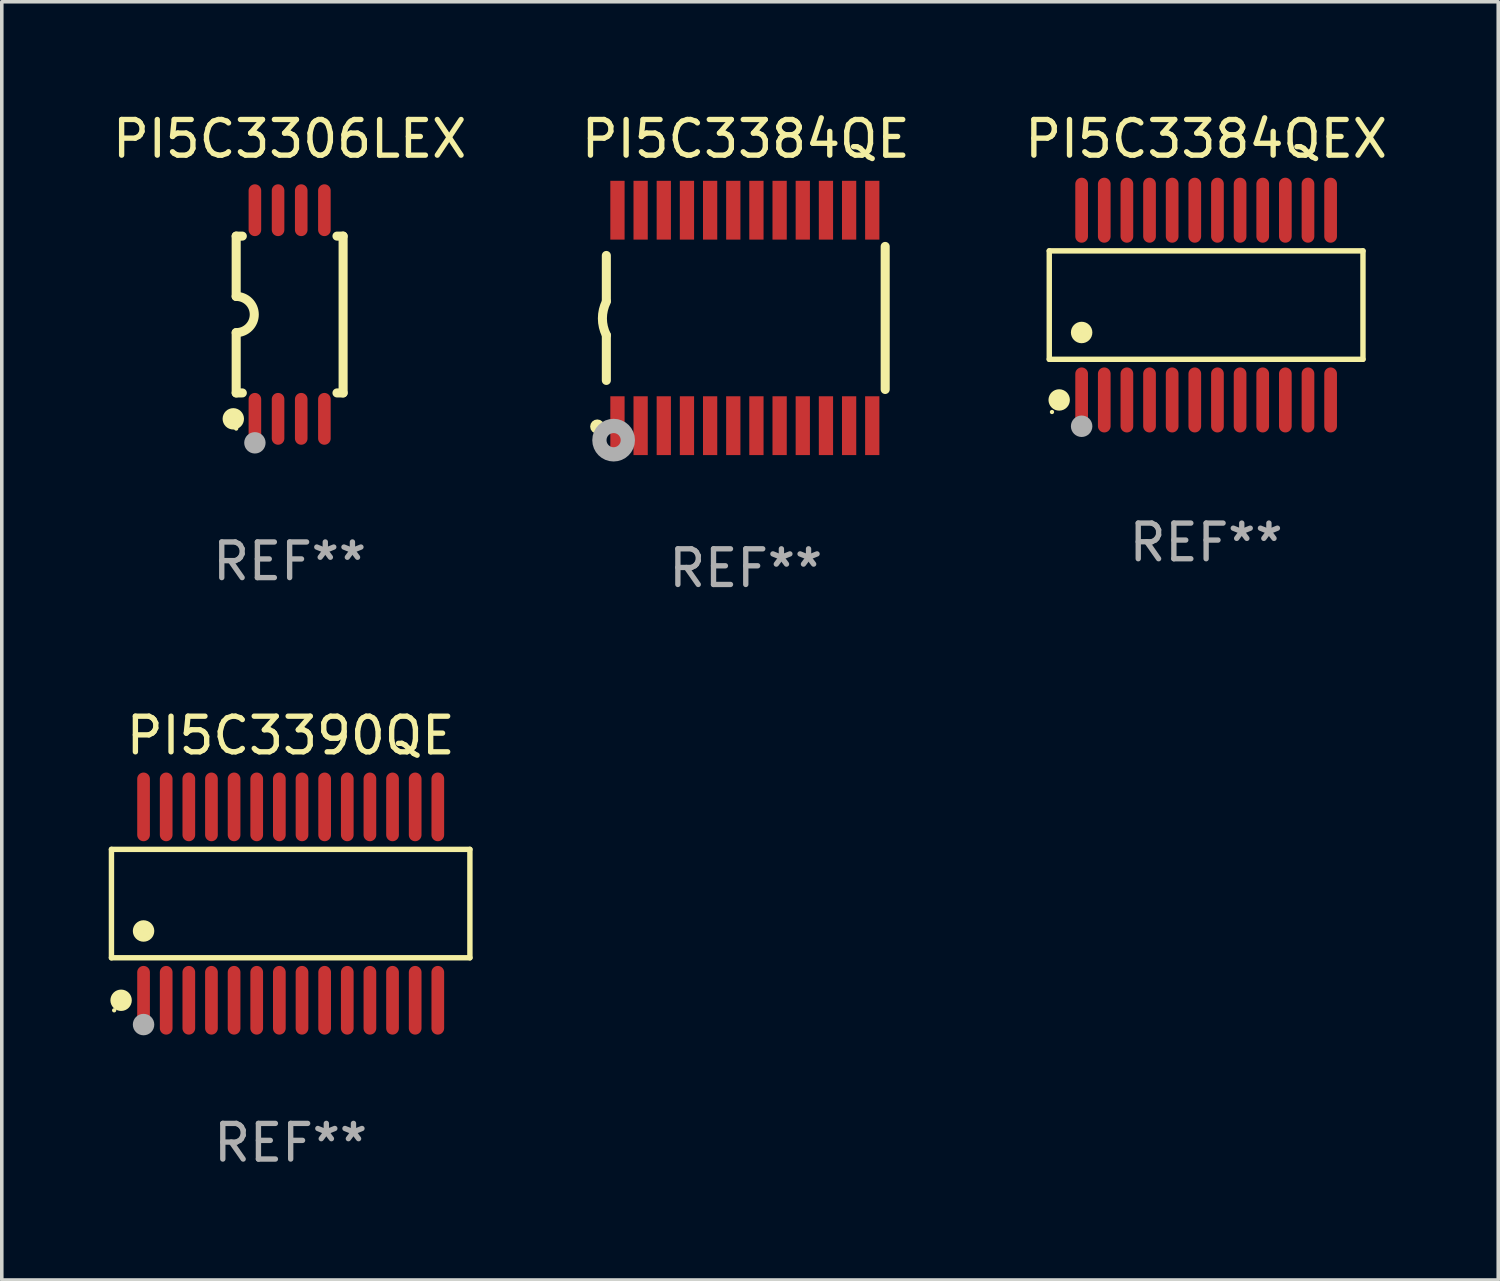
<source format=kicad_pcb>
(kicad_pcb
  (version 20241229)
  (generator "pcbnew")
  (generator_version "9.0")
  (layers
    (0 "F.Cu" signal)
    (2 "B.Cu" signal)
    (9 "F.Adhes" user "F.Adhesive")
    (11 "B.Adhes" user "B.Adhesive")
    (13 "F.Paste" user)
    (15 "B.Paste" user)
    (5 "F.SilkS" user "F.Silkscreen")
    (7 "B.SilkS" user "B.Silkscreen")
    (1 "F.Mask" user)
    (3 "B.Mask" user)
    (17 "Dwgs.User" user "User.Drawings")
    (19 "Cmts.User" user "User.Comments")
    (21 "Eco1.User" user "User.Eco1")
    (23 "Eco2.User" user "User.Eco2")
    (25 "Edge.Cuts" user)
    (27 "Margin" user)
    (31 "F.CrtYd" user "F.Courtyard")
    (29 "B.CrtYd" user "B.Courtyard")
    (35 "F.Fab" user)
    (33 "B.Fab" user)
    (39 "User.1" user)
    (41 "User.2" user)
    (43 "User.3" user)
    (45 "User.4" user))
  (footprint "PI5C3384QE"
    (layer "F.Cu")
    (at 17.875 5.871)
    (property "Reference" "PI5C3384QE" (at 0 -5.023 0) (layer "F.SilkS") (effects (font (size 1 1) (thickness 0.15))))
    (attr through_hole)
    (fp_line (start -3.912 -0.483) (end -3.912 -1.753) (stroke (width 0.254) (type solid)) (layer "F.SilkS"))
    (fp_line (start -3.912 1.753) (end -3.912 0.483) (stroke (width 0.254) (type solid)) (layer "F.SilkS"))
    (fp_line (start 3.912 -2.007) (end 3.912 2.007) (stroke (width 0.254) (type solid)) (layer "F.SilkS"))
    (fp_arc (start -3.911608 0.482601) (mid -4.022537 0.0127) (end -3.911608 -0.457201) (stroke (width 0.254001) (type solid)) (layer "F.SilkS"))
    (fp_circle (center -4.166 3.048) (end -4.066 3.048) (stroke (width 0.2) (type solid)) (fill no) (layer "F.SilkS"))
    (fp_circle (center -3.925 3.186) (end -3.895 3.186) (stroke (width 0.06) (type solid)) (fill no) (layer "F.SilkS"))
    (fp_circle (center -3.708 3.429) (end -3.509 3.429) (stroke (width 0.4) (type solid)) (fill no) (layer "F.Fab"))
    (fp_text user "REF**" (at 0 7.023 0) (layer "F.Fab") (effects (font (size 1 1) (thickness 0.15))))
    (pad "1" smd rect (at -3.6 3.023) (size 0.4 1.65) (layers "F.Cu" "F.Mask" "F.Paste"))
    (pad "2" smd rect (at -2.95 3.023) (size 0.4 1.65) (layers "F.Cu" "F.Mask" "F.Paste"))
    (pad "3" smd rect (at -2.3 3.023) (size 0.4 1.65) (layers "F.Cu" "F.Mask" "F.Paste"))
    (pad "4" smd rect (at -1.65 3.023) (size 0.4 1.65) (layers "F.Cu" "F.Mask" "F.Paste"))
    (pad "5" smd rect (at -1 3.023) (size 0.4 1.65) (layers "F.Cu" "F.Mask" "F.Paste"))
    (pad "6" smd rect (at -0.35 3.023) (size 0.4 1.65) (layers "F.Cu" "F.Mask" "F.Paste"))
    (pad "7" smd rect (at 0.299 3.023) (size 0.4 1.65) (layers "F.Cu" "F.Mask" "F.Paste"))
    (pad "8" smd rect (at 0.95 3.023) (size 0.4 1.65) (layers "F.Cu" "F.Mask" "F.Paste"))
    (pad "9" smd rect (at 1.6 3.023) (size 0.4 1.65) (layers "F.Cu" "F.Mask" "F.Paste"))
    (pad "10" smd rect (at 2.25 3.023) (size 0.4 1.65) (layers "F.Cu" "F.Mask" "F.Paste"))
    (pad "11" smd rect (at 2.9 3.023) (size 0.4 1.65) (layers "F.Cu" "F.Mask" "F.Paste"))
    (pad "12" smd rect (at 3.549 3.023) (size 0.4 1.65) (layers "F.Cu" "F.Mask" "F.Paste"))
    (pad "13" smd rect (at 3.549 -3.023) (size 0.4 1.65) (layers "F.Cu" "F.Mask" "F.Paste"))
    (pad "14" smd rect (at 2.9 -3.023) (size 0.4 1.65) (layers "F.Cu" "F.Mask" "F.Paste"))
    (pad "15" smd rect (at 2.25 -3.023) (size 0.4 1.65) (layers "F.Cu" "F.Mask" "F.Paste"))
    (pad "16" smd rect (at 1.6 -3.023) (size 0.4 1.65) (layers "F.Cu" "F.Mask" "F.Paste"))
    (pad "17" smd rect (at 0.95 -3.023) (size 0.4 1.65) (layers "F.Cu" "F.Mask" "F.Paste"))
    (pad "18" smd rect (at 0.299 -3.023) (size 0.4 1.65) (layers "F.Cu" "F.Mask" "F.Paste"))
    (pad "19" smd rect (at -0.35 -3.023) (size 0.4 1.65) (layers "F.Cu" "F.Mask" "F.Paste"))
    (pad "20" smd rect (at -1 -3.023) (size 0.4 1.65) (layers "F.Cu" "F.Mask" "F.Paste"))
    (pad "21" smd rect (at -1.65 -3.023) (size 0.4 1.65) (layers "F.Cu" "F.Mask" "F.Paste"))
    (pad "22" smd rect (at -2.3 -3.023) (size 0.4 1.65) (layers "F.Cu" "F.Mask" "F.Paste"))
    (pad "23" smd rect (at -2.95 -3.023) (size 0.4 1.65) (layers "F.Cu" "F.Mask" "F.Paste"))
    (pad "24" smd rect (at -3.6 -3.023) (size 0.4 1.65) (layers "F.Cu" "F.Mask" "F.Paste")))
  (footprint "PI5C3306LEX"
    (layer "F.Cu")
    (at 5.077 5.775)
    (property "Reference" "PI5C3306LEX" (at 0 -4.927 0) (layer "F.SilkS") (effects (font (size 1 1) (thickness 0.15))))
    (attr through_hole)
    (fp_line (start -1.5 -2.2) (end -1.5 -0.508) (stroke (width 0.254) (type solid)) (layer "F.SilkS"))
    (fp_line (start -1.5 -2.2) (end -1.328 -2.2) (stroke (width 0.254) (type solid)) (layer "F.SilkS"))
    (fp_line (start -1.5 2.2) (end -1.5 0.508) (stroke (width 0.254) (type solid)) (layer "F.SilkS"))
    (fp_line (start -1.5 2.2) (end -1.328 2.2) (stroke (width 0.254) (type solid)) (layer "F.SilkS"))
    (fp_line (start 1.328 -2.2) (end 1.5 -2.2) (stroke (width 0.254) (type solid)) (layer "F.SilkS"))
    (fp_line (start 1.328 2.2) (end 1.5 2.2) (stroke (width 0.254) (type solid)) (layer "F.SilkS"))
    (fp_line (start 1.5 -2.2) (end 1.5 2.2) (stroke (width 0.254) (type solid)) (layer "F.SilkS"))
    (fp_arc (start -1.501144 -0.508) (mid -0.993143 -0.000571) (end -1.5 0.508001) (stroke (width 0.254001) (type solid)) (layer "F.SilkS"))
    (fp_circle (center -1.581 2.927) (end -1.431 2.927) (stroke (width 0.3) (type solid)) (fill no) (layer "F.SilkS"))
    (fp_circle (center -1.5 3.2) (end -1.47 3.2) (stroke (width 0.06) (type solid)) (fill no) (layer "F.SilkS"))
    (fp_circle (center -0.975 3.6) (end -0.825 3.6) (stroke (width 0.3) (type solid)) (fill no) (layer "F.Fab"))
    (fp_text user "REF**" (at 0 6.927 0) (layer "F.Fab") (effects (font (size 1 1) (thickness 0.15))))
    (pad "1" smd oval (at -0.975 2.927) (size 0.353 1.454) (layers "F.Cu" "F.Mask" "F.Paste"))
    (pad "2" smd oval (at -0.325 2.927) (size 0.353 1.454) (layers "F.Cu" "F.Mask" "F.Paste"))
    (pad "3" smd oval (at 0.325 2.927) (size 0.353 1.454) (layers "F.Cu" "F.Mask" "F.Paste"))
    (pad "4" smd oval (at 0.975 2.927) (size 0.353 1.454) (layers "F.Cu" "F.Mask" "F.Paste"))
    (pad "5" smd oval (at 0.975 -2.927) (size 0.353 1.454) (layers "F.Cu" "F.Mask" "F.Paste"))
    (pad "6" smd oval (at 0.325 -2.927) (size 0.353 1.454) (layers "F.Cu" "F.Mask" "F.Paste"))
    (pad "7" smd oval (at -0.325 -2.927) (size 0.353 1.454) (layers "F.Cu" "F.Mask" "F.Paste"))
    (pad "8" smd oval (at -0.975 -2.927) (size 0.353 1.454) (layers "F.Cu" "F.Mask" "F.Paste")))
  (footprint "PI5C3384QEX"
    (layer "F.Cu")
    (at 30.792 5.51)
    (property "Reference" "PI5C3384QEX" (at 0 -4.662 0) (layer "F.SilkS") (effects (font (size 1 1) (thickness 0.15))))
    (attr through_hole)
    (fp_line (start -4.401 -1.521) (end 4.401 -1.521) (stroke (width 0.152) (type solid)) (layer "F.SilkS"))
    (fp_line (start -4.401 1.521) (end -4.401 -1.521) (stroke (width 0.152) (type solid)) (layer "F.SilkS"))
    (fp_line (start 4.401 -1.521) (end 4.401 1.521) (stroke (width 0.152) (type solid)) (layer "F.SilkS"))
    (fp_line (start 4.401 1.521) (end -4.401 1.521) (stroke (width 0.152) (type solid)) (layer "F.SilkS"))
    (fp_circle (center -4.325 3) (end -4.295 3) (stroke (width 0.06) (type solid)) (fill no) (layer "F.SilkS"))
    (fp_circle (center -4.123 2.662) (end -3.973 2.662) (stroke (width 0.3) (type solid)) (fill no) (layer "F.SilkS"))
    (fp_circle (center -3.493 0.769) (end -3.342 0.769) (stroke (width 0.3) (type solid)) (fill no) (layer "F.SilkS"))
    (fp_circle (center -3.493 3.4) (end -3.342 3.4) (stroke (width 0.3) (type solid)) (fill no) (layer "F.Fab"))
    (fp_text user "REF**" (at 0 6.662 0) (layer "F.Fab") (effects (font (size 1 1) (thickness 0.15))))
    (pad "1" smd oval (at -3.493 2.662) (size 0.356 1.824) (layers "F.Cu" "F.Mask" "F.Paste"))
    (pad "2" smd oval (at -2.858 2.662) (size 0.356 1.824) (layers "F.Cu" "F.Mask" "F.Paste"))
    (pad "3" smd oval (at -2.223 2.662) (size 0.356 1.824) (layers "F.Cu" "F.Mask" "F.Paste"))
    (pad "4" smd oval (at -1.588 2.662) (size 0.356 1.824) (layers "F.Cu" "F.Mask" "F.Paste"))
    (pad "5" smd oval (at -0.953 2.662) (size 0.356 1.824) (layers "F.Cu" "F.Mask" "F.Paste"))
    (pad "6" smd oval (at -0.318 2.662) (size 0.356 1.824) (layers "F.Cu" "F.Mask" "F.Paste"))
    (pad "7" smd oval (at 0.318 2.662) (size 0.356 1.824) (layers "F.Cu" "F.Mask" "F.Paste"))
    (pad "8" smd oval (at 0.953 2.662) (size 0.356 1.824) (layers "F.Cu" "F.Mask" "F.Paste"))
    (pad "9" smd oval (at 1.588 2.662) (size 0.356 1.824) (layers "F.Cu" "F.Mask" "F.Paste"))
    (pad "10" smd oval (at 2.223 2.662) (size 0.356 1.824) (layers "F.Cu" "F.Mask" "F.Paste"))
    (pad "11" smd oval (at 2.858 2.662) (size 0.356 1.824) (layers "F.Cu" "F.Mask" "F.Paste"))
    (pad "12" smd oval (at 3.493 2.662) (size 0.356 1.824) (layers "F.Cu" "F.Mask" "F.Paste"))
    (pad "13" smd oval (at 3.493 -2.662) (size 0.356 1.824) (layers "F.Cu" "F.Mask" "F.Paste"))
    (pad "14" smd oval (at 2.858 -2.662) (size 0.356 1.824) (layers "F.Cu" "F.Mask" "F.Paste"))
    (pad "15" smd oval (at 2.223 -2.662) (size 0.356 1.824) (layers "F.Cu" "F.Mask" "F.Paste"))
    (pad "16" smd oval (at 1.588 -2.662) (size 0.356 1.824) (layers "F.Cu" "F.Mask" "F.Paste"))
    (pad "17" smd oval (at 0.953 -2.662) (size 0.356 1.824) (layers "F.Cu" "F.Mask" "F.Paste"))
    (pad "18" smd oval (at 0.318 -2.662) (size 0.356 1.824) (layers "F.Cu" "F.Mask" "F.Paste"))
    (pad "19" smd oval (at -0.318 -2.662) (size 0.356 1.824) (layers "F.Cu" "F.Mask" "F.Paste"))
    (pad "20" smd oval (at -0.953 -2.662) (size 0.356 1.824) (layers "F.Cu" "F.Mask" "F.Paste"))
    (pad "21" smd oval (at -1.588 -2.662) (size 0.356 1.824) (layers "F.Cu" "F.Mask" "F.Paste"))
    (pad "22" smd oval (at -2.223 -2.662) (size 0.356 1.824) (layers "F.Cu" "F.Mask" "F.Paste"))
    (pad "23" smd oval (at -2.858 -2.662) (size 0.356 1.824) (layers "F.Cu" "F.Mask" "F.Paste"))
    (pad "24" smd oval (at -3.493 -2.662) (size 0.356 1.824) (layers "F.Cu" "F.Mask" "F.Paste")))
  (footprint "PI5C3390QE"
    (layer "F.Cu")
    (at 5.106 22.303)
    (property "Reference" "PI5C3390QE" (at 0 -4.713 0) (layer "F.SilkS") (effects (font (size 1 1) (thickness 0.15))))
    (attr through_hole)
    (fp_line (start -5.029 -1.521) (end 5.029 -1.521) (stroke (width 0.152) (type solid)) (layer "F.SilkS"))
    (fp_line (start -5.029 1.521) (end -5.029 -1.521) (stroke (width 0.152) (type solid)) (layer "F.SilkS"))
    (fp_line (start 5.029 -1.521) (end 5.029 1.521) (stroke (width 0.152) (type solid)) (layer "F.SilkS"))
    (fp_line (start 5.029 1.521) (end -5.029 1.521) (stroke (width 0.152) (type solid)) (layer "F.SilkS"))
    (fp_circle (center -4.953 2.995) (end -4.923 2.995) (stroke (width 0.06) (type solid)) (fill no) (layer "F.SilkS"))
    (fp_circle (center -4.758 2.713) (end -4.608 2.713) (stroke (width 0.3) (type solid)) (fill no) (layer "F.SilkS"))
    (fp_circle (center -4.128 0.769) (end -3.977 0.769) (stroke (width 0.3) (type solid)) (fill no) (layer "F.SilkS"))
    (fp_circle (center -4.128 3.395) (end -3.977 3.395) (stroke (width 0.3) (type solid)) (fill no) (layer "F.Fab"))
    (fp_text user "REF**" (at 0 6.713 0) (layer "F.Fab") (effects (font (size 1 1) (thickness 0.15))))
    (pad "1" smd oval (at -4.128 2.713) (size 0.356 1.927) (layers "F.Cu" "F.Mask" "F.Paste"))
    (pad "2" smd oval (at -3.493 2.713) (size 0.356 1.927) (layers "F.Cu" "F.Mask" "F.Paste"))
    (pad "3" smd oval (at -2.858 2.713) (size 0.356 1.927) (layers "F.Cu" "F.Mask" "F.Paste"))
    (pad "4" smd oval (at -2.223 2.713) (size 0.356 1.927) (layers "F.Cu" "F.Mask" "F.Paste"))
    (pad "5" smd oval (at -1.588 2.713) (size 0.356 1.927) (layers "F.Cu" "F.Mask" "F.Paste"))
    (pad "6" smd oval (at -0.953 2.713) (size 0.356 1.927) (layers "F.Cu" "F.Mask" "F.Paste"))
    (pad "7" smd oval (at -0.318 2.713) (size 0.356 1.927) (layers "F.Cu" "F.Mask" "F.Paste"))
    (pad "8" smd oval (at 0.318 2.713) (size 0.356 1.927) (layers "F.Cu" "F.Mask" "F.Paste"))
    (pad "9" smd oval (at 0.953 2.713) (size 0.356 1.927) (layers "F.Cu" "F.Mask" "F.Paste"))
    (pad "10" smd oval (at 1.588 2.713) (size 0.356 1.927) (layers "F.Cu" "F.Mask" "F.Paste"))
    (pad "11" smd oval (at 2.223 2.713) (size 0.356 1.927) (layers "F.Cu" "F.Mask" "F.Paste"))
    (pad "12" smd oval (at 2.858 2.713) (size 0.356 1.927) (layers "F.Cu" "F.Mask" "F.Paste"))
    (pad "13" smd oval (at 3.493 2.713) (size 0.356 1.927) (layers "F.Cu" "F.Mask" "F.Paste"))
    (pad "14" smd oval (at 4.128 2.713) (size 0.356 1.927) (layers "F.Cu" "F.Mask" "F.Paste"))
    (pad "15" smd oval (at 4.128 -2.713) (size 0.356 1.927) (layers "F.Cu" "F.Mask" "F.Paste"))
    (pad "16" smd oval (at 3.493 -2.713) (size 0.356 1.927) (layers "F.Cu" "F.Mask" "F.Paste"))
    (pad "17" smd oval (at 2.858 -2.713) (size 0.356 1.927) (layers "F.Cu" "F.Mask" "F.Paste"))
    (pad "18" smd oval (at 2.223 -2.713) (size 0.356 1.927) (layers "F.Cu" "F.Mask" "F.Paste"))
    (pad "19" smd oval (at 1.588 -2.713) (size 0.356 1.927) (layers "F.Cu" "F.Mask" "F.Paste"))
    (pad "20" smd oval (at 0.953 -2.713) (size 0.356 1.927) (layers "F.Cu" "F.Mask" "F.Paste"))
    (pad "21" smd oval (at 0.318 -2.713) (size 0.356 1.927) (layers "F.Cu" "F.Mask" "F.Paste"))
    (pad "22" smd oval (at -0.318 -2.713) (size 0.356 1.927) (layers "F.Cu" "F.Mask" "F.Paste"))
    (pad "23" smd oval (at -0.953 -2.713) (size 0.356 1.927) (layers "F.Cu" "F.Mask" "F.Paste"))
    (pad "24" smd oval (at -1.588 -2.713) (size 0.356 1.927) (layers "F.Cu" "F.Mask" "F.Paste"))
    (pad "25" smd oval (at -2.223 -2.713) (size 0.356 1.927) (layers "F.Cu" "F.Mask" "F.Paste"))
    (pad "26" smd oval (at -2.858 -2.713) (size 0.356 1.927) (layers "F.Cu" "F.Mask" "F.Paste"))
    (pad "27" smd oval (at -3.493 -2.713) (size 0.356 1.927) (layers "F.Cu" "F.Mask" "F.Paste"))
    (pad "28" smd oval (at -4.128 -2.713) (size 0.356 1.927) (layers "F.Cu" "F.Mask" "F.Paste")))
  (gr_rect
    (start -3 -3)
    (end 38.988 32.865)
    (stroke (width 0.1) (type default))
    (fill no)
    (layer "Edge.Cuts")))
</source>
